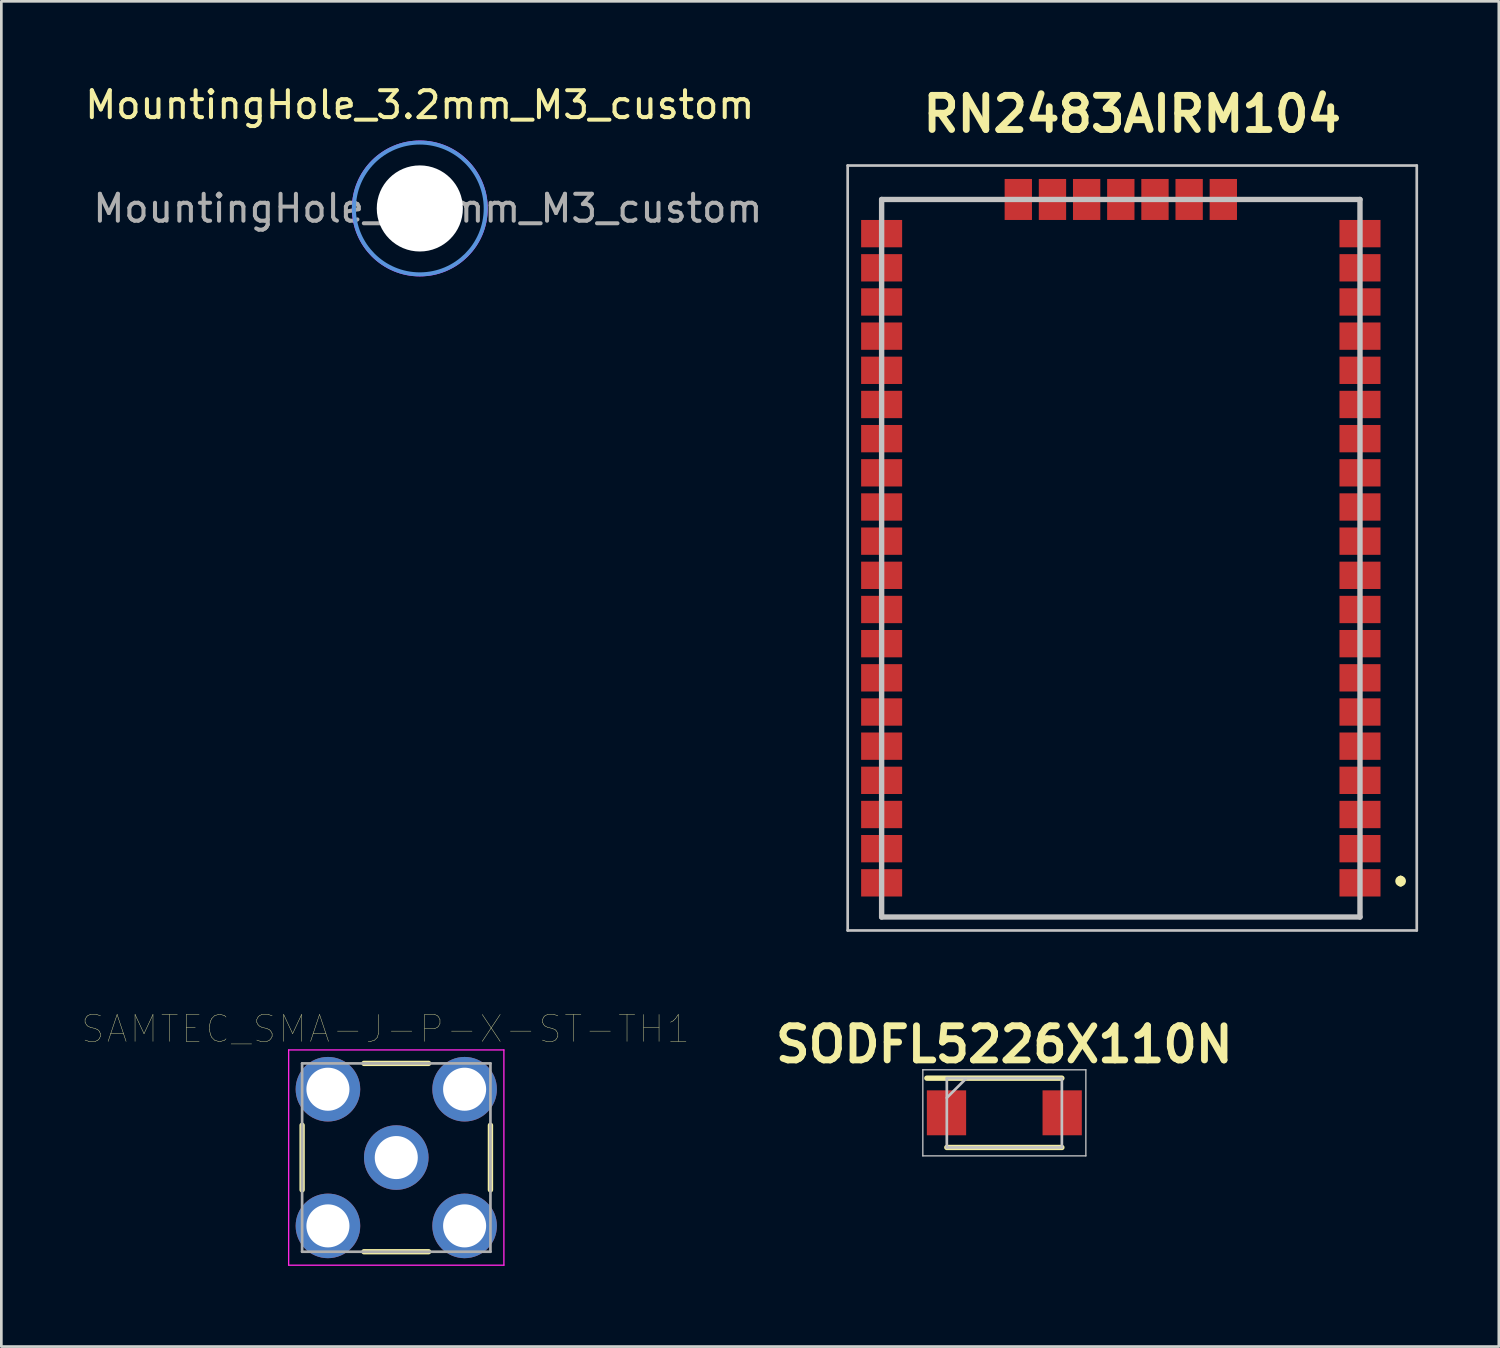
<source format=kicad_pcb>
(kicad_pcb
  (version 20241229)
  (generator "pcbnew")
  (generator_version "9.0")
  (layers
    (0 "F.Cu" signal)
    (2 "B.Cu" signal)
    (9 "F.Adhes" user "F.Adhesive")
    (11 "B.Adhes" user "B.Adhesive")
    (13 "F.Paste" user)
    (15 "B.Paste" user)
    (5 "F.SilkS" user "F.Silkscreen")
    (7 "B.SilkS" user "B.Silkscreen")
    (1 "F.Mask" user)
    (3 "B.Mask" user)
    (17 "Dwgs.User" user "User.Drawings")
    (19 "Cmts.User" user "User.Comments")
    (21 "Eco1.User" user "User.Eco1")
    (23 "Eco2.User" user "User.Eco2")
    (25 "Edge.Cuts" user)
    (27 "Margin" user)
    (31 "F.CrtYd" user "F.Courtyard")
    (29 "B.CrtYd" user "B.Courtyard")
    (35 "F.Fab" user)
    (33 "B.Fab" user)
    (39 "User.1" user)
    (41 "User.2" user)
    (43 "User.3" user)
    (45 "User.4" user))
  (footprint "SAMTEC_SMA-J-P-X-ST-TH1"
    (layer "F.Cu")
    (at 11.679 39.975)
    (property "Reference" "SAMTEC_SMA-J-P-X-ST-TH1" (at -0.4 -4.78 0) (layer "F.SilkS") (effects (font (size 1 1) (thickness 0.015))))
    (attr through_hole)
    (fp_line (start -3.5 1.2) (end -3.5 -1.2) (stroke (width 0.2) (type solid)) (layer "F.SilkS"))
    (fp_line (start -1.2 -3.5) (end 1.2 -3.5) (stroke (width 0.2) (type solid)) (layer "F.SilkS"))
    (fp_line (start 1.2 3.5) (end -1.2 3.5) (stroke (width 0.2) (type solid)) (layer "F.SilkS"))
    (fp_line (start 3.5 1.2) (end 3.5 -1.2) (stroke (width 0.2) (type solid)) (layer "F.SilkS"))
    (fp_line (start -4 -4) (end -4 4) (stroke (width 0.05) (type solid)) (layer "F.CrtYd"))
    (fp_line (start -4 -4) (end 4 -4) (stroke (width 0.05) (type solid)) (layer "F.CrtYd"))
    (fp_line (start 4 -4) (end 4 4) (stroke (width 0.05) (type solid)) (layer "F.CrtYd"))
    (fp_line (start 4 4) (end -4 4) (stroke (width 0.05) (type solid)) (layer "F.CrtYd"))
    (fp_line (start -3.5 -3.5) (end 3.5 -3.5) (stroke (width 0.1) (type solid)) (layer "F.Fab"))
    (fp_line (start -3.5 3.5) (end -3.5 -3.5) (stroke (width 0.1) (type solid)) (layer "F.Fab"))
    (fp_line (start 3.5 -3.5) (end 3.5 3.5) (stroke (width 0.1) (type solid)) (layer "F.Fab"))
    (fp_line (start 3.5 3.5) (end -3.5 3.5) (stroke (width 0.1) (type solid)) (layer "F.Fab"))
    (pad "1" thru_hole circle (at 0 0) (size 2.4 2.4) (drill 1.6) (layers "*.Cu" "*.Mask"))
    (pad "2" thru_hole circle (at -2.54 -2.54) (size 2.4 2.4) (drill 1.6) (layers "*.Cu" "*.Mask"))
    (pad "2" thru_hole circle (at -2.54 2.54) (size 2.4 2.4) (drill 1.6) (layers "*.Cu" "*.Mask"))
    (pad "2" thru_hole circle (at 2.54 -2.54) (size 2.4 2.4) (drill 1.6) (layers "*.Cu" "*.Mask"))
    (pad "2" thru_hole circle (at 2.54 2.54) (size 2.4 2.4) (drill 1.6) (layers "*.Cu" "*.Mask")))
  (footprint "SODFL5226X110N"
    (layer "F.Cu")
    (at 34.28 38.312)
    (property "Reference" "SODFL5226X110N" (at 0 -2.54 0) (layer "F.SilkS") (effects (font (size 1.27 1.27) (thickness 0.254))))
    (attr smd)
    (fp_line (start -2.88 -1.288) (end 2.138 -1.288) (stroke (width 0.2) (type solid)) (layer "F.SilkS"))
    (fp_line (start -2.138 1.288) (end 2.138 1.288) (stroke (width 0.2) (type solid)) (layer "F.SilkS"))
    (fp_line (start -3.03 -1.6) (end 3.03 -1.6) (stroke (width 0.05) (type solid)) (layer "Dwgs.User"))
    (fp_line (start -3.03 1.6) (end -3.03 -1.6) (stroke (width 0.05) (type solid)) (layer "Dwgs.User"))
    (fp_line (start -2.138 -1.288) (end 2.138 -1.288) (stroke (width 0.1) (type solid)) (layer "Dwgs.User"))
    (fp_line (start -2.138 -0.558) (end -1.408 -1.288) (stroke (width 0.1) (type solid)) (layer "Dwgs.User"))
    (fp_line (start -2.138 1.288) (end -2.138 -1.288) (stroke (width 0.1) (type solid)) (layer "Dwgs.User"))
    (fp_line (start 2.138 -1.288) (end 2.138 1.288) (stroke (width 0.1) (type solid)) (layer "Dwgs.User"))
    (fp_line (start 2.138 1.288) (end -2.138 1.288) (stroke (width 0.1) (type solid)) (layer "Dwgs.User"))
    (fp_line (start 3.03 -1.6) (end 3.03 1.6) (stroke (width 0.05) (type solid)) (layer "Dwgs.User"))
    (fp_line (start 3.03 1.6) (end -3.03 1.6) (stroke (width 0.05) (type solid)) (layer "Dwgs.User"))
    (pad "1" smd rect (at -2.15 0) (size 1.46 1.67) (layers "F.Cu" "F.Mask" "F.Paste"))
    (pad "2" smd rect (at 2.15 0) (size 1.46 1.67) (layers "F.Cu" "F.Mask" "F.Paste")))
  (footprint "RN2483AIRM104"
    (layer "F.Cu")
    (at 38.609 17.699)
    (property "Reference" "RN2483AIRM104" (at 0.424 -16.51 0) (layer "F.SilkS") (effects (font (size 1.27 1.27) (thickness 0.254))))
    (attr smd)
    (fp_line (start -8.89 -13.335) (end -8.89 -13) (stroke (width 0.1) (type solid)) (layer "F.SilkS"))
    (fp_line (start -8.89 13) (end -8.89 13.335) (stroke (width 0.1) (type solid)) (layer "F.SilkS"))
    (fp_line (start -8.89 13.335) (end 8.89 13.335) (stroke (width 0.1) (type solid)) (layer "F.SilkS"))
    (fp_line (start -5 -13.335) (end -8.89 -13.335) (stroke (width 0.1) (type solid)) (layer "F.SilkS"))
    (fp_line (start 5 -13.335) (end 8.89 -13.335) (stroke (width 0.1) (type solid)) (layer "F.SilkS"))
    (fp_line (start 8.89 -13.335) (end 8.89 -13) (stroke (width 0.1) (type solid)) (layer "F.SilkS"))
    (fp_line (start 8.89 13.335) (end 8.89 13) (stroke (width 0.1) (type solid)) (layer "F.SilkS"))
    (fp_line (start 10.4 11.9) (end 10.4 11.9) (stroke (width 0.2) (type solid)) (layer "F.SilkS"))
    (fp_line (start 10.4 12.1) (end 10.4 12.1) (stroke (width 0.2) (type solid)) (layer "F.SilkS"))
    (fp_arc (start 10.4 11.9) (mid 10.5 12) (end 10.4 12.1) (stroke (width 0.2) (type solid)) (layer "F.SilkS"))
    (fp_arc (start 10.4 12.1) (mid 10.3 12) (end 10.4 11.9) (stroke (width 0.2) (type solid)) (layer "F.SilkS"))
    (fp_line (start -10.152 -14.597) (end 11 -14.597) (stroke (width 0.1) (type solid)) (layer "Dwgs.User"))
    (fp_line (start -10.152 13.835) (end -10.152 -14.597) (stroke (width 0.1) (type solid)) (layer "Dwgs.User"))
    (fp_line (start -8.89 -13.335) (end 8.89 -13.335) (stroke (width 0.2) (type solid)) (layer "Dwgs.User"))
    (fp_line (start -8.89 13.335) (end -8.89 -13.335) (stroke (width 0.2) (type solid)) (layer "Dwgs.User"))
    (fp_line (start 8.89 -13.335) (end 8.89 13.335) (stroke (width 0.2) (type solid)) (layer "Dwgs.User"))
    (fp_line (start 8.89 13.335) (end -8.89 13.335) (stroke (width 0.2) (type solid)) (layer "Dwgs.User"))
    (fp_line (start 11 -14.597) (end 11 13.835) (stroke (width 0.1) (type solid)) (layer "Dwgs.User"))
    (fp_line (start 11 13.835) (end -10.152 13.835) (stroke (width 0.1) (type solid)) (layer "Dwgs.User"))
    (pad "1" smd rect (at 8.89 12.065 90) (size 1.016 1.524) (layers "F.Cu" "F.Mask" "F.Paste"))
    (pad "2" smd rect (at 8.89 10.795 90) (size 1.016 1.524) (layers "F.Cu" "F.Mask" "F.Paste"))
    (pad "3" smd rect (at 8.89 9.525 90) (size 1.016 1.524) (layers "F.Cu" "F.Mask" "F.Paste"))
    (pad "4" smd rect (at 8.89 8.255 90) (size 1.016 1.524) (layers "F.Cu" "F.Mask" "F.Paste"))
    (pad "5" smd rect (at 8.89 6.985 90) (size 1.016 1.524) (layers "F.Cu" "F.Mask" "F.Paste"))
    (pad "6" smd rect (at 8.89 5.715 90) (size 1.016 1.524) (layers "F.Cu" "F.Mask" "F.Paste"))
    (pad "7" smd rect (at 8.89 4.445 90) (size 1.016 1.524) (layers "F.Cu" "F.Mask" "F.Paste"))
    (pad "8" smd rect (at 8.89 3.175 90) (size 1.016 1.524) (layers "F.Cu" "F.Mask" "F.Paste"))
    (pad "9" smd rect (at 8.89 1.905 90) (size 1.016 1.524) (layers "F.Cu" "F.Mask" "F.Paste"))
    (pad "10" smd rect (at 8.89 0.635 90) (size 1.016 1.524) (layers "F.Cu" "F.Mask" "F.Paste"))
    (pad "11" smd rect (at 8.89 -0.635 90) (size 1.016 1.524) (layers "F.Cu" "F.Mask" "F.Paste"))
    (pad "12" smd rect (at 8.89 -1.905 90) (size 1.016 1.524) (layers "F.Cu" "F.Mask" "F.Paste"))
    (pad "13" smd rect (at 8.89 -3.175 90) (size 1.016 1.524) (layers "F.Cu" "F.Mask" "F.Paste"))
    (pad "14" smd rect (at 8.89 -4.445 90) (size 1.016 1.524) (layers "F.Cu" "F.Mask" "F.Paste"))
    (pad "15" smd rect (at 8.89 -5.715 90) (size 1.016 1.524) (layers "F.Cu" "F.Mask" "F.Paste"))
    (pad "16" smd rect (at 8.89 -6.985 90) (size 1.016 1.524) (layers "F.Cu" "F.Mask" "F.Paste"))
    (pad "17" smd rect (at 8.89 -8.255 90) (size 1.016 1.524) (layers "F.Cu" "F.Mask" "F.Paste"))
    (pad "18" smd rect (at 8.89 -9.525 90) (size 1.016 1.524) (layers "F.Cu" "F.Mask" "F.Paste"))
    (pad "19" smd rect (at 8.89 -10.795 90) (size 1.016 1.524) (layers "F.Cu" "F.Mask" "F.Paste"))
    (pad "20" smd rect (at 8.89 -12.065 90) (size 1.016 1.524) (layers "F.Cu" "F.Mask" "F.Paste"))
    (pad "21" smd rect (at 3.81 -13.335) (size 1.016 1.524) (layers "F.Cu" "F.Mask" "F.Paste"))
    (pad "22" smd rect (at 2.54 -13.335) (size 1.016 1.524) (layers "F.Cu" "F.Mask" "F.Paste"))
    (pad "23" smd rect (at 1.27 -13.335) (size 1.016 1.524) (layers "F.Cu" "F.Mask" "F.Paste"))
    (pad "24" smd rect (at 0 -13.335) (size 1.016 1.524) (layers "F.Cu" "F.Mask" "F.Paste"))
    (pad "25" smd rect (at -1.27 -13.335) (size 1.016 1.524) (layers "F.Cu" "F.Mask" "F.Paste"))
    (pad "26" smd rect (at -2.54 -13.335) (size 1.016 1.524) (layers "F.Cu" "F.Mask" "F.Paste"))
    (pad "27" smd rect (at -3.81 -13.335) (size 1.016 1.524) (layers "F.Cu" "F.Mask" "F.Paste"))
    (pad "28" smd rect (at -8.89 -12.065 90) (size 1.016 1.524) (layers "F.Cu" "F.Mask" "F.Paste"))
    (pad "29" smd rect (at -8.89 -10.795 90) (size 1.016 1.524) (layers "F.Cu" "F.Mask" "F.Paste"))
    (pad "30" smd rect (at -8.89 -9.525 90) (size 1.016 1.524) (layers "F.Cu" "F.Mask" "F.Paste"))
    (pad "31" smd rect (at -8.89 -8.255 90) (size 1.016 1.524) (layers "F.Cu" "F.Mask" "F.Paste"))
    (pad "32" smd rect (at -8.89 -6.985 90) (size 1.016 1.524) (layers "F.Cu" "F.Mask" "F.Paste"))
    (pad "33" smd rect (at -8.89 -5.715 90) (size 1.016 1.524) (layers "F.Cu" "F.Mask" "F.Paste"))
    (pad "34" smd rect (at -8.89 -4.445 90) (size 1.016 1.524) (layers "F.Cu" "F.Mask" "F.Paste"))
    (pad "35" smd rect (at -8.89 -3.175 90) (size 1.016 1.524) (layers "F.Cu" "F.Mask" "F.Paste"))
    (pad "36" smd rect (at -8.89 -1.905 90) (size 1.016 1.524) (layers "F.Cu" "F.Mask" "F.Paste"))
    (pad "37" smd rect (at -8.89 -0.635 90) (size 1.016 1.524) (layers "F.Cu" "F.Mask" "F.Paste"))
    (pad "38" smd rect (at -8.89 0.635 90) (size 1.016 1.524) (layers "F.Cu" "F.Mask" "F.Paste"))
    (pad "39" smd rect (at -8.89 1.905 90) (size 1.016 1.524) (layers "F.Cu" "F.Mask" "F.Paste"))
    (pad "40" smd rect (at -8.89 3.175 90) (size 1.016 1.524) (layers "F.Cu" "F.Mask" "F.Paste"))
    (pad "41" smd rect (at -8.89 4.445 90) (size 1.016 1.524) (layers "F.Cu" "F.Mask" "F.Paste"))
    (pad "42" smd rect (at -8.89 5.715 90) (size 1.016 1.524) (layers "F.Cu" "F.Mask" "F.Paste"))
    (pad "43" smd rect (at -8.89 6.985 90) (size 1.016 1.524) (layers "F.Cu" "F.Mask" "F.Paste"))
    (pad "44" smd rect (at -8.89 8.255 90) (size 1.016 1.524) (layers "F.Cu" "F.Mask" "F.Paste"))
    (pad "45" smd rect (at -8.89 9.525 90) (size 1.016 1.524) (layers "F.Cu" "F.Mask" "F.Paste"))
    (pad "46" smd rect (at -8.89 10.795 90) (size 1.016 1.524) (layers "F.Cu" "F.Mask" "F.Paste"))
    (pad "47" smd rect (at -8.89 12.065 90) (size 1.016 1.524) (layers "F.Cu" "F.Mask" "F.Paste")))
  (footprint "MountingHole_3.2mm_M3_custom"
    (layer "F.Cu")
    (at 12.554 4.698)
    (property "Reference" "MountingHole_3.2mm_M3_custom" (at 0 -3.85 0) (layer "F.SilkS") (effects (font (size 1 1) (thickness 0.15))))
    (attr exclude_from_pos_files exclude_from_bom)
    (fp_circle (center 0 0) (end 2.45 0) (stroke (width 0.15) (type solid)) (fill no) (layer "Cmts.User"))
    (fp_circle (center 0 0) (end 2.5 0) (stroke (width 0.05) (type solid)) (fill no) (layer "F.CrtYd"))
    (fp_text user "${REFERENCE}" (at 0.3 0 0) (layer "F.Fab") (effects (font (size 1 1) (thickness 0.15))))
    (pad "" np_thru_hole circle (at 0 0) (size 3.2 3.2) (drill 3.2) (layers "*.Cu" "*.Mask")))
  (gr_rect
    (start -3 -3)
    (end 52.659 47)
    (stroke (width 0.1) (type default))
    (fill no)
    (layer "Edge.Cuts")))
</source>
